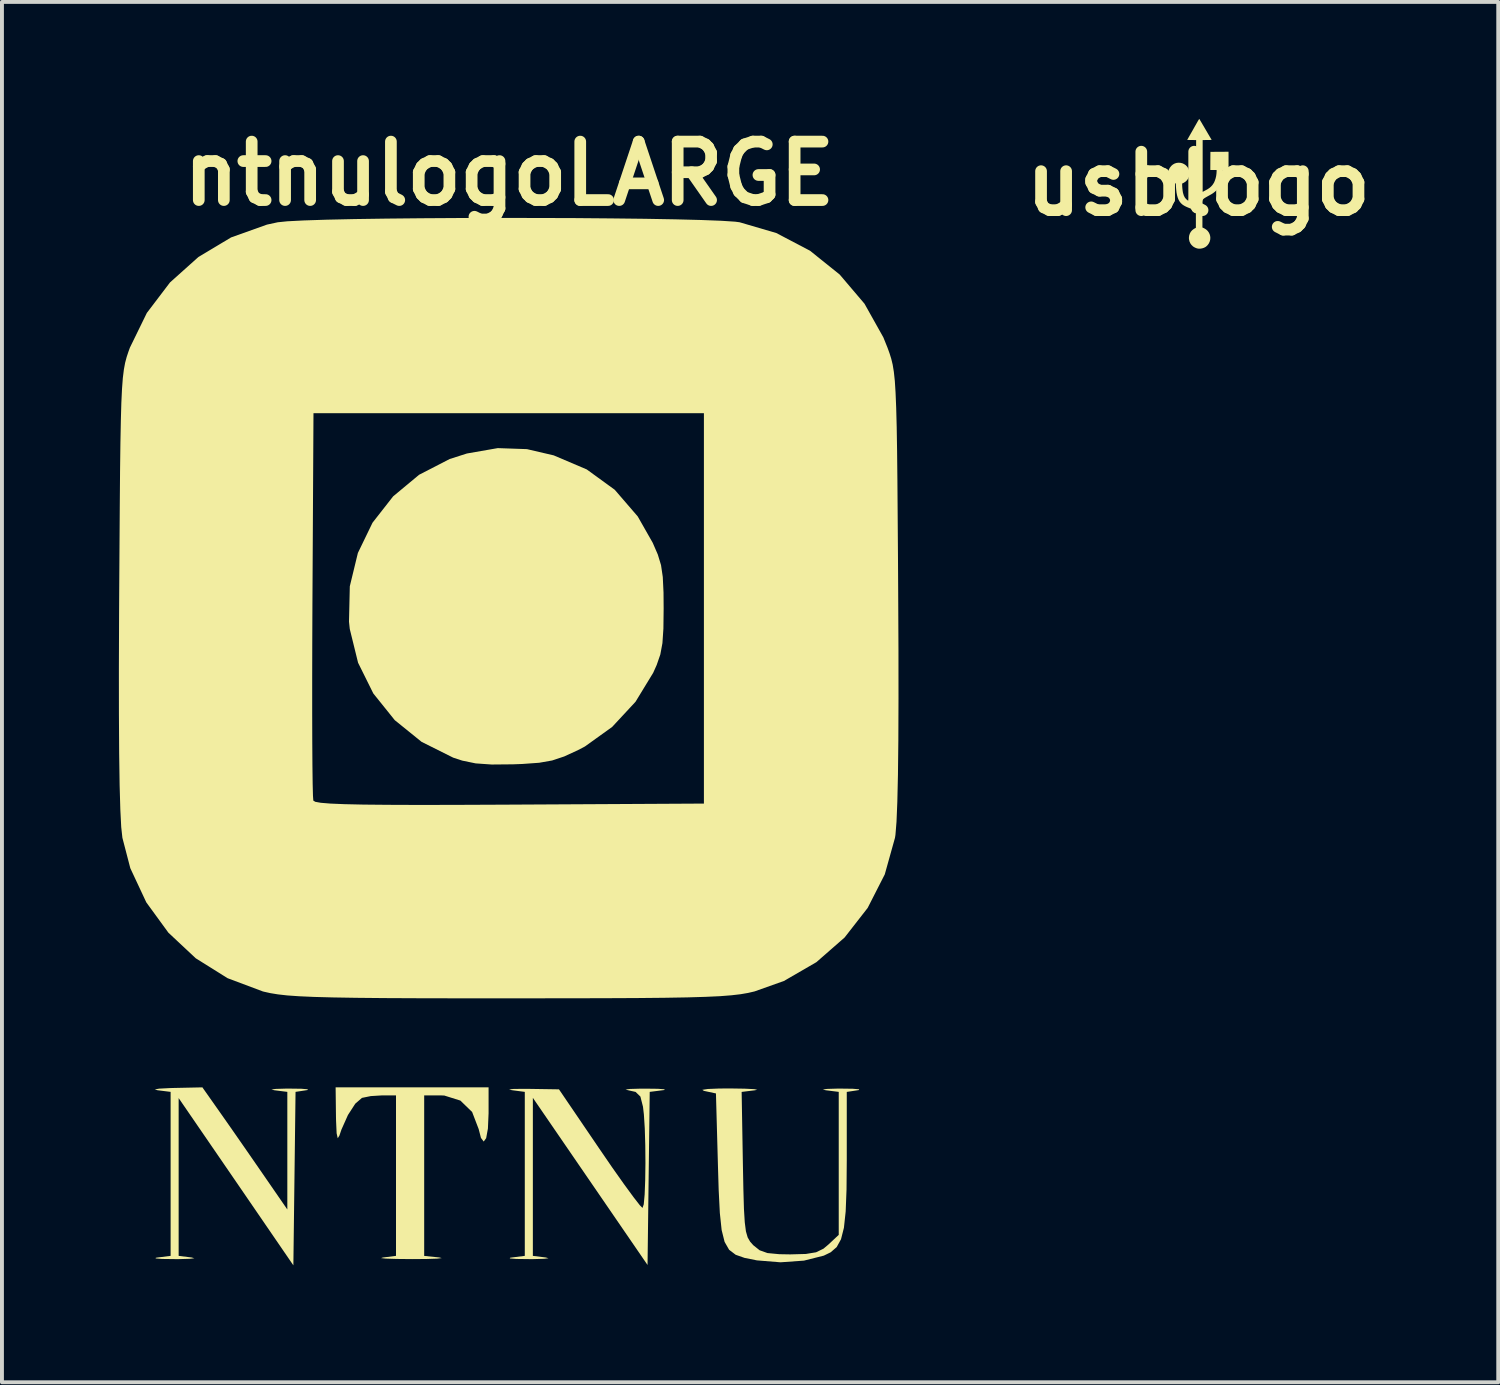
<source format=kicad_pcb>
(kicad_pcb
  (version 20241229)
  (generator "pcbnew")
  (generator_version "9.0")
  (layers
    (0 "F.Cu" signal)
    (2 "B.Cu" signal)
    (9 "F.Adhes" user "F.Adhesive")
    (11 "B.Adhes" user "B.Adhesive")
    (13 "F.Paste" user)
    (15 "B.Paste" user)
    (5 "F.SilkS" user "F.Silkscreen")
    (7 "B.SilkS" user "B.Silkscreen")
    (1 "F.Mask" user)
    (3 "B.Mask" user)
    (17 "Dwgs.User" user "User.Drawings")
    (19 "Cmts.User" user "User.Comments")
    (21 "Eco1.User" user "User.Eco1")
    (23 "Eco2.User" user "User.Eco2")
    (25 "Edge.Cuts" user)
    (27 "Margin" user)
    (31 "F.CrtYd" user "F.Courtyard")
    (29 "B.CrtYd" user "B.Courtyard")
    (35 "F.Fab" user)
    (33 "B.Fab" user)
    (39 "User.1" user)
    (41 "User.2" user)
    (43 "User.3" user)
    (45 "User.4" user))
  (footprint "ntnulogoLARGE"
    (layer "F.Cu")
    (at 10 15.965)
    (property "Reference" "ntnulogoLARGE" (at 0.014 -14.561 0) (layer "F.SilkS") (effects (font (size 1.5 1.5) (thickness 0.3))))
    (attr board_only exclude_from_pos_files exclude_from_bom)
    (fp_poly (pts (xy -0.516 9.545) (xy -0.533 9.937) (xy -0.578 10.184) (xy -0.641 10.27) (xy -0.711 10.178) (xy -0.77 9.951) (xy -0.938 9.512) (xy -1.24 9.219) (xy -1.652 9.09) (xy -1.751 9.086) (xy -2.168 9.086) (xy -2.168 11.145) (xy -2.168 13.204) (xy -1.781 13.244) (xy -1.717 13.26) (xy -1.835 13.274) (xy -2.11 13.283) (xy -2.478 13.286) (xy -2.882 13.282) (xy -3.156 13.273) (xy -3.275 13.26) (xy -3.227 13.245) (xy -2.891 13.203) (xy -2.891 11.145) (xy -2.891 9.086) (xy -3.244 9.086) (xy -3.538 9.104) (xy -3.759 9.149) (xy -3.764 9.15) (xy -3.936 9.299) (xy -4.124 9.59) (xy -4.291 9.964) (xy -4.343 10.118) (xy -4.386 10.186) (xy -4.414 10.059) (xy -4.429 9.731) (xy -4.431 9.628) (xy -4.44 8.88) (xy -2.478 8.88) (xy -0.516 8.88)) (stroke (width 0) (type solid)) (fill yes) (layer "F.SilkS"))
    (fp_poly (pts (xy -7.404 9.525) (xy -7.141 9.9) (xy -6.814 10.37) (xy -6.476 10.858) (xy -6.315 11.091) (xy -5.679 12.013) (xy -5.679 10.504) (xy -5.679 8.996) (xy -6.014 8.954) (xy -6.087 8.935) (xy -5.977 8.92) (xy -5.708 8.912) (xy -5.627 8.912) (xy -5.318 8.916) (xy -5.153 8.93) (xy -5.161 8.949) (xy -5.186 8.953) (xy -5.468 8.996) (xy -5.496 11.221) (xy -5.524 13.446) (xy -6.995 11.3) (xy -8.467 9.155) (xy -8.467 11.179) (xy -8.467 13.203) (xy -8.131 13.245) (xy -8.064 13.264) (xy -8.178 13.278) (xy -8.45 13.286) (xy -8.57 13.286) (xy -8.888 13.282) (xy -9.057 13.269) (xy -9.053 13.252) (xy -9.009 13.245) (xy -8.673 13.203) (xy -8.673 11.1) (xy -8.673 8.996) (xy -9.009 8.954) (xy -9.079 8.933) (xy -8.967 8.913) (xy -8.698 8.899) (xy -8.601 8.896) (xy -7.858 8.88)) (stroke (width 0) (type solid)) (fill yes) (layer "F.SilkS"))
    (fp_poly (pts (xy 0.468 -7.493) (xy 1.155 -7.333) (xy 2.003 -6.972) (xy 2.721 -6.45) (xy 3.31 -5.767) (xy 3.695 -5.09) (xy 3.825 -4.79) (xy 3.908 -4.518) (xy 3.953 -4.213) (xy 3.972 -3.811) (xy 3.975 -3.407) (xy 3.969 -2.889) (xy 3.944 -2.516) (xy 3.89 -2.225) (xy 3.797 -1.956) (xy 3.707 -1.755) (xy 3.253 -1.011) (xy 2.654 -0.366) (xy 1.956 0.135) (xy 1.783 0.226) (xy 1.425 0.391) (xy 1.116 0.494) (xy 0.782 0.553) (xy 0.349 0.584) (xy 0.111 0.593) (xy -0.436 0.598) (xy -0.847 0.569) (xy -1.191 0.498) (xy -1.423 0.422) (xy -2.234 0.017) (xy -2.923 -0.54) (xy -3.473 -1.225) (xy -3.864 -2.013) (xy -4.077 -2.879) (xy -4.097 -3.068) (xy -4.076 -3.975) (xy -3.869 -4.829) (xy -3.493 -5.606) (xy -2.964 -6.282) (xy -2.299 -6.835) (xy -1.515 -7.239) (xy -1.072 -7.381) (xy -0.281 -7.519)) (stroke (width 0) (type solid)) (fill yes) (layer "F.SilkS"))
    (fp_poly (pts (xy 3.828 8.917) (xy 3.998 8.93) (xy 3.995 8.948) (xy 3.951 8.954) (xy 3.618 8.996) (xy 3.59 11.216) (xy 3.562 13.437) (xy 2.091 11.293) (xy 0.62 9.149) (xy 0.62 11.176) (xy 0.62 13.203) (xy 0.955 13.245) (xy 1.022 13.264) (xy 0.908 13.278) (xy 0.637 13.286) (xy 0.516 13.286) (xy 0.199 13.282) (xy 0.029 13.269) (xy 0.034 13.252) (xy 0.077 13.245) (xy 0.413 13.203) (xy 0.413 11.1) (xy 0.413 8.996) (xy 0.077 8.952) (xy 0.01 8.933) (xy 0.125 8.921) (xy 0.396 8.918) (xy 0.516 8.919) (xy 1.29 8.931) (xy 2.323 10.45) (xy 2.659 10.94) (xy 2.959 11.364) (xy 3.202 11.696) (xy 3.367 11.908) (xy 3.433 11.973) (xy 3.465 11.88) (xy 3.488 11.626) (xy 3.502 11.258) (xy 3.508 10.823) (xy 3.504 10.366) (xy 3.491 9.933) (xy 3.468 9.572) (xy 3.445 9.376) (xy 3.379 9.117) (xy 3.255 8.997) (xy 3.059 8.953) (xy 2.998 8.935) (xy 3.117 8.921) (xy 3.392 8.913) (xy 3.511 8.913)) (stroke (width 0) (type solid)) (fill yes) (layer "F.SilkS"))
    (fp_poly (pts (xy 6.055 8.914) (xy 6.296 8.926) (xy 6.375 8.942) (xy 6.318 8.955) (xy 5.976 8.997) (xy 6.008 10.846) (xy 6.021 11.508) (xy 6.035 11.996) (xy 6.056 12.34) (xy 6.086 12.575) (xy 6.131 12.73) (xy 6.194 12.839) (xy 6.275 12.93) (xy 6.437 13.059) (xy 6.638 13.131) (xy 6.941 13.16) (xy 7.222 13.165) (xy 7.624 13.154) (xy 7.886 13.111) (xy 8.075 13.019) (xy 8.2 12.914) (xy 8.467 12.664) (xy 8.467 10.83) (xy 8.467 8.996) (xy 8.131 8.954) (xy 8.059 8.935) (xy 8.169 8.92) (xy 8.437 8.912) (xy 8.518 8.912) (xy 8.827 8.916) (xy 8.991 8.93) (xy 8.983 8.949) (xy 8.957 8.954) (xy 8.673 8.997) (xy 8.673 10.75) (xy 8.667 11.496) (xy 8.645 12.064) (xy 8.6 12.482) (xy 8.525 12.777) (xy 8.414 12.978) (xy 8.259 13.112) (xy 8.084 13.197) (xy 7.575 13.325) (xy 6.972 13.368) (xy 6.37 13.319) (xy 6.359 13.317) (xy 6.054 13.256) (xy 5.823 13.175) (xy 5.655 13.047) (xy 5.539 12.845) (xy 5.463 12.54) (xy 5.417 12.106) (xy 5.387 11.514) (xy 5.369 10.917) (xy 5.317 9.036) (xy 5.008 8.97) (xy 4.968 8.943) (xy 5.108 8.922) (xy 5.398 8.91) (xy 5.679 8.908)) (stroke (width 0) (type solid)) (fill yes) (layer "F.SilkS"))
    (fp_poly (pts (xy 0.717 -13.423) (xy 1.697 -13.42) (xy 2.635 -13.412) (xy 3.506 -13.402) (xy 4.283 -13.388) (xy 4.943 -13.371) (xy 5.46 -13.351) (xy 5.81 -13.328) (xy 5.924 -13.313) (xy 6.865 -13.037) (xy 7.73 -12.583) (xy 8.492 -11.971) (xy 9.128 -11.223) (xy 9.611 -10.361) (xy 9.718 -10.096) (xy 9.77 -9.952) (xy 9.814 -9.812) (xy 9.851 -9.659) (xy 9.881 -9.474) (xy 9.906 -9.24) (xy 9.925 -8.937) (xy 9.941 -8.549) (xy 9.954 -8.057) (xy 9.964 -7.443) (xy 9.972 -6.69) (xy 9.979 -5.778) (xy 9.987 -4.691) (xy 9.992 -3.82) (xy 9.999 -2.352) (xy 10 -1.086) (xy 9.996 -0.015) (xy 9.986 0.863) (xy 9.97 1.556) (xy 9.949 2.067) (xy 9.922 2.401) (xy 9.91 2.478) (xy 9.648 3.416) (xy 9.209 4.277) (xy 8.617 5.036) (xy 7.893 5.669) (xy 7.061 6.151) (xy 6.307 6.419) (xy 6.139 6.458) (xy 5.947 6.491) (xy 5.714 6.518) (xy 5.421 6.541) (xy 5.05 6.558) (xy 4.583 6.572) (xy 4.003 6.582) (xy 3.291 6.589) (xy 2.429 6.593) (xy 1.399 6.595) (xy 0.182 6.596) (xy 0 6.596) (xy -1.243 6.596) (xy -2.298 6.594) (xy -3.182 6.59) (xy -3.914 6.583) (xy -4.511 6.573) (xy -4.992 6.56) (xy -5.375 6.543) (xy -5.678 6.522) (xy -5.918 6.495) (xy -6.114 6.463) (xy -6.284 6.425) (xy -6.307 6.419) (xy -7.213 6.079) (xy -8.028 5.569) (xy -8.73 4.912) (xy -9.297 4.134) (xy -9.707 3.258) (xy -9.91 2.478) (xy -9.94 2.205) (xy -9.963 1.757) (xy -9.981 1.13) (xy -9.993 0.318) (xy -9.999 -0.684) (xy -10 -1.592) (xy -5.041 -1.592) (xy -5.041 -0.746) (xy -5.039 -0.003) (xy -5.035 0.616) (xy -5.029 1.091) (xy -5.021 1.401) (xy -5.012 1.524) (xy -4.96 1.555) (xy -4.819 1.58) (xy -4.576 1.6) (xy -4.216 1.615) (xy -3.724 1.626) (xy -3.085 1.632) (xy -2.286 1.635) (xy -1.311 1.633) (xy -0.146 1.628) (xy 0.023 1.627) (xy 5.008 1.6) (xy 5.008 -3.407) (xy 5.008 -8.415) (xy 0 -8.415) (xy -5.008 -8.415) (xy -5.035 -3.511) (xy -5.039 -2.521) (xy -5.041 -1.592) (xy -10 -1.592) (xy -10 -1.88) (xy -9.995 -3.276) (xy -9.992 -3.82) (xy -9.984 -5.041) (xy -9.977 -6.073) (xy -9.97 -6.935) (xy -9.961 -7.644) (xy -9.95 -8.219) (xy -9.937 -8.677) (xy -9.92 -9.037) (xy -9.899 -9.317) (xy -9.872 -9.535) (xy -9.84 -9.708) (xy -9.801 -9.855) (xy -9.755 -9.994) (xy -9.718 -10.096) (xy -9.283 -10.987) (xy -8.689 -11.769) (xy -7.96 -12.422) (xy -7.122 -12.924) (xy -6.201 -13.253) (xy -5.924 -13.313) (xy -5.68 -13.338) (xy -5.254 -13.36) (xy -4.672 -13.379) (xy -3.957 -13.395) (xy -3.136 -13.407) (xy -2.233 -13.416) (xy -1.274 -13.422) (xy -0.282 -13.424)) (stroke (width 0) (type solid)) (fill yes) (layer "F.SilkS")))
  (footprint "usblogo"
    (layer "F.Cu")
    (at 27.693 1.663)
    (property "Reference" "usblogo" (at 0 0 0) (layer "F.SilkS") (effects (font (size 1.5 1.5) (thickness 0.3))))
    (attr board_only exclude_from_pos_files exclude_from_bom)
    (fp_poly (pts (xy 0.026 -1.658) (xy 0.035 -1.644) (xy 0.048 -1.622) (xy 0.066 -1.592) (xy 0.087 -1.557) (xy 0.111 -1.515) (xy 0.138 -1.47) (xy 0.167 -1.42) (xy 0.183 -1.393) (xy 0.341 -1.123) (xy 0.225 -1.121) (xy 0.11 -1.12) (xy 0.11 -0.456) (xy 0.11 0.209) (xy 0.178 0.173) (xy 0.236 0.141) (xy 0.285 0.108) (xy 0.325 0.073) (xy 0.359 0.036) (xy 0.388 -0.007) (xy 0.404 -0.034) (xy 0.424 -0.082) (xy 0.442 -0.137) (xy 0.456 -0.196) (xy 0.464 -0.256) (xy 0.468 -0.313) (xy 0.468 -0.313) (xy 0.468 -0.352) (xy 0.387 -0.352) (xy 0.306 -0.352) (xy 0.307 -0.585) (xy 0.309 -0.817) (xy 0.541 -0.819) (xy 0.774 -0.82) (xy 0.774 -0.586) (xy 0.774 -0.352) (xy 0.702 -0.352) (xy 0.631 -0.352) (xy 0.627 -0.287) (xy 0.618 -0.19) (xy 0.601 -0.101) (xy 0.576 -0.019) (xy 0.543 0.054) (xy 0.504 0.119) (xy 0.457 0.175) (xy 0.435 0.196) (xy 0.407 0.219) (xy 0.377 0.242) (xy 0.342 0.265) (xy 0.3 0.289) (xy 0.249 0.317) (xy 0.248 0.317) (xy 0.219 0.334) (xy 0.191 0.35) (xy 0.167 0.364) (xy 0.151 0.375) (xy 0.147 0.378) (xy 0.138 0.385) (xy 0.131 0.392) (xy 0.124 0.398) (xy 0.119 0.406) (xy 0.115 0.415) (xy 0.112 0.428) (xy 0.109 0.444) (xy 0.107 0.466) (xy 0.106 0.492) (xy 0.105 0.526) (xy 0.104 0.567) (xy 0.104 0.616) (xy 0.104 0.675) (xy 0.104 0.744) (xy 0.104 0.78) (xy 0.104 1.123) (xy 0.15 1.144) (xy 0.197 1.173) (xy 0.236 1.208) (xy 0.266 1.248) (xy 0.288 1.292) (xy 0.302 1.34) (xy 0.307 1.388) (xy 0.303 1.438) (xy 0.29 1.486) (xy 0.269 1.531) (xy 0.239 1.573) (xy 0.2 1.611) (xy 0.173 1.629) (xy 0.137 1.646) (xy 0.095 1.659) (xy 0.05 1.666) (xy 0.006 1.666) (xy -0.033 1.66) (xy -0.034 1.66) (xy -0.088 1.639) (xy -0.136 1.61) (xy -0.175 1.573) (xy -0.206 1.53) (xy -0.228 1.481) (xy -0.24 1.427) (xy -0.243 1.392) (xy -0.237 1.335) (xy -0.221 1.283) (xy -0.196 1.236) (xy -0.161 1.195) (xy -0.117 1.161) (xy -0.099 1.15) (xy -0.064 1.131) (xy -0.064 0.915) (xy -0.064 0.699) (xy -0.105 0.679) (xy -0.126 0.669) (xy -0.155 0.657) (xy -0.187 0.643) (xy -0.22 0.629) (xy -0.228 0.626) (xy -0.273 0.608) (xy -0.309 0.592) (xy -0.338 0.578) (xy -0.362 0.565) (xy -0.383 0.552) (xy -0.404 0.538) (xy -0.408 0.535) (xy -0.446 0.501) (xy -0.479 0.461) (xy -0.506 0.414) (xy -0.529 0.359) (xy -0.547 0.296) (xy -0.561 0.224) (xy -0.57 0.142) (xy -0.575 0.074) (xy -0.579 -0.004) (xy -0.6 -0.012) (xy -0.645 -0.034) (xy -0.686 -0.065) (xy -0.72 -0.104) (xy -0.747 -0.149) (xy -0.765 -0.198) (xy -0.773 -0.25) (xy -0.774 -0.266) (xy -0.769 -0.318) (xy -0.756 -0.365) (xy -0.732 -0.41) (xy -0.698 -0.453) (xy -0.694 -0.458) (xy -0.653 -0.493) (xy -0.608 -0.518) (xy -0.561 -0.533) (xy -0.511 -0.539) (xy -0.461 -0.536) (xy -0.413 -0.525) (xy -0.367 -0.504) (xy -0.325 -0.476) (xy -0.289 -0.439) (xy -0.259 -0.395) (xy -0.254 -0.384) (xy -0.236 -0.333) (xy -0.228 -0.281) (xy -0.23 -0.228) (xy -0.242 -0.178) (xy -0.263 -0.131) (xy -0.293 -0.089) (xy -0.331 -0.052) (xy -0.377 -0.023) (xy -0.377 -0.023) (xy -0.416 -0.004) (xy -0.416 0.035) (xy -0.414 0.078) (xy -0.41 0.127) (xy -0.404 0.176) (xy -0.397 0.222) (xy -0.392 0.242) (xy -0.374 0.302) (xy -0.348 0.353) (xy -0.314 0.395) (xy -0.274 0.428) (xy -0.261 0.436) (xy -0.248 0.443) (xy -0.229 0.452) (xy -0.205 0.462) (xy -0.177 0.474) (xy -0.149 0.486) (xy -0.122 0.497) (xy -0.099 0.507) (xy -0.08 0.514) (xy -0.069 0.518) (xy -0.066 0.518) (xy -0.066 0.512) (xy -0.066 0.496) (xy -0.066 0.469) (xy -0.065 0.432) (xy -0.065 0.387) (xy -0.065 0.333) (xy -0.064 0.271) (xy -0.064 0.203) (xy -0.063 0.128) (xy -0.063 0.048) (xy -0.063 -0.038) (xy -0.062 -0.128) (xy -0.062 -0.222) (xy -0.061 -0.302) (xy -0.057 -1.12) (xy -0.172 -1.121) (xy -0.287 -1.123) (xy -0.21 -1.259) (xy -0.184 -1.305) (xy -0.154 -1.357) (xy -0.123 -1.412) (xy -0.093 -1.466) (xy -0.065 -1.514) (xy -0.057 -1.529) (xy -0.037 -1.564) (xy -0.019 -1.596) (xy -0.003 -1.623) (xy 0.01 -1.644) (xy 0.019 -1.658) (xy 0.022 -1.663)) (stroke (width 0) (type solid)) (fill yes) (layer "F.SilkS")))
  (gr_rect
    (start -3 -3)
    (end 35.386 32.411)
    (stroke (width 0.1) (type default))
    (fill no)
    (layer "Edge.Cuts")))
</source>
